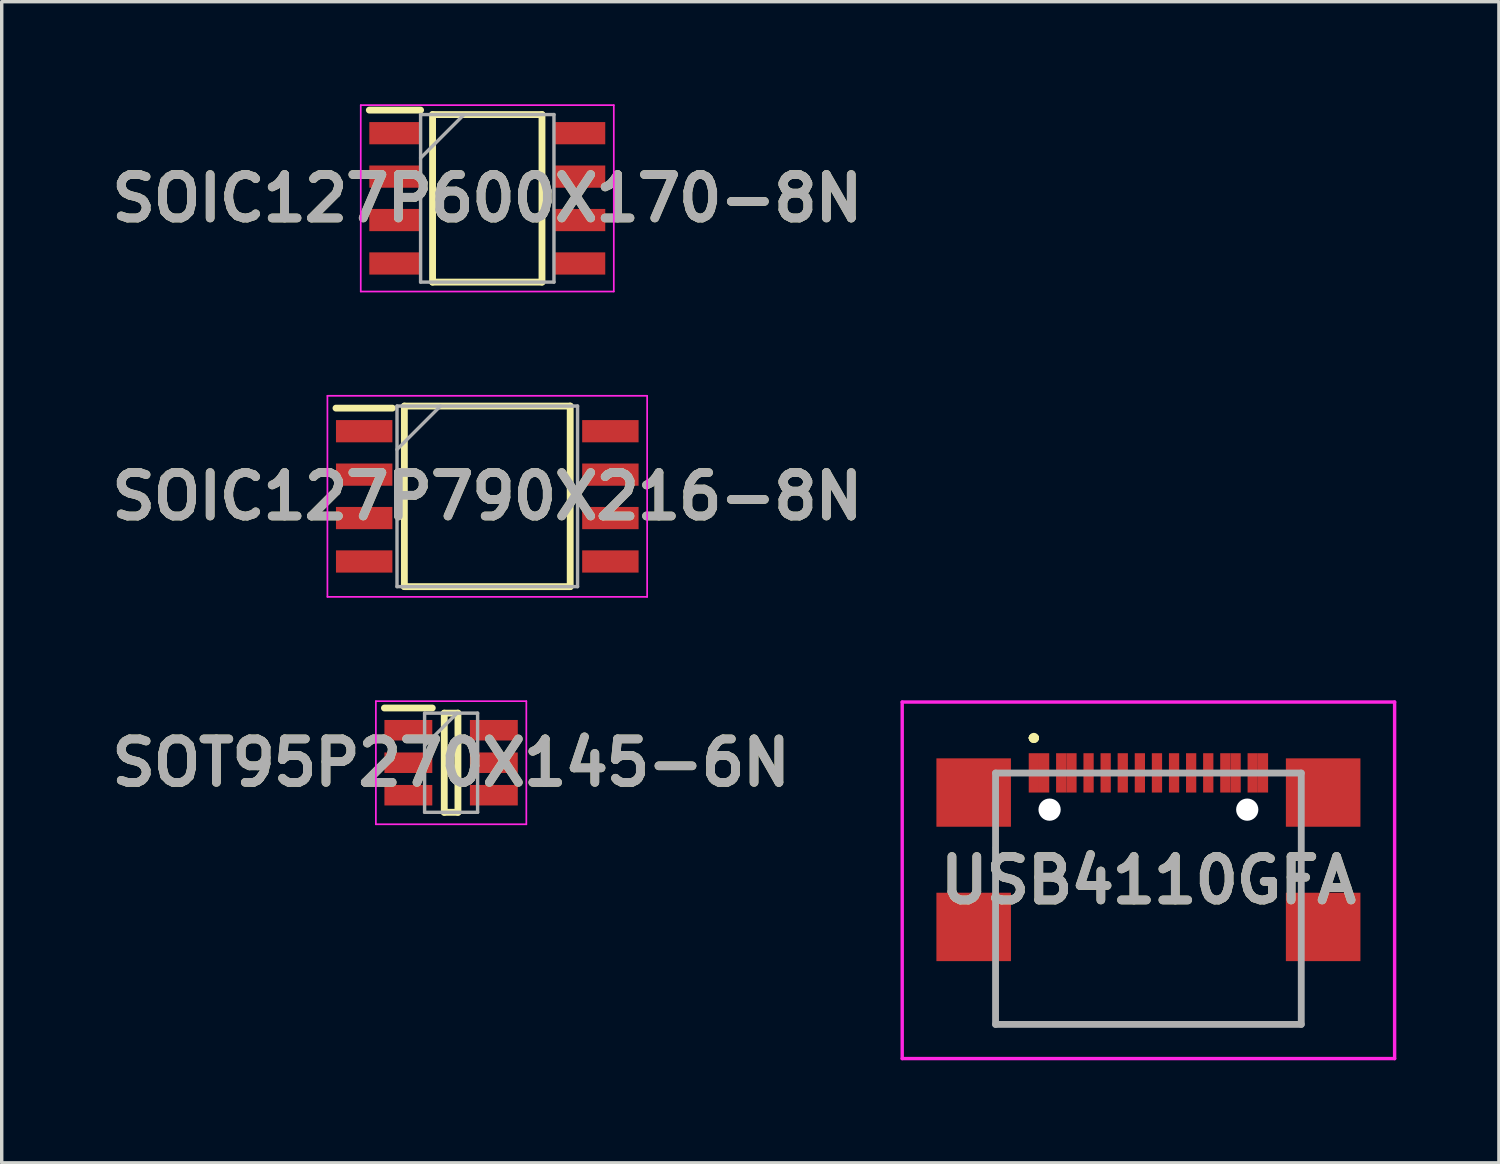
<source format=kicad_pcb>
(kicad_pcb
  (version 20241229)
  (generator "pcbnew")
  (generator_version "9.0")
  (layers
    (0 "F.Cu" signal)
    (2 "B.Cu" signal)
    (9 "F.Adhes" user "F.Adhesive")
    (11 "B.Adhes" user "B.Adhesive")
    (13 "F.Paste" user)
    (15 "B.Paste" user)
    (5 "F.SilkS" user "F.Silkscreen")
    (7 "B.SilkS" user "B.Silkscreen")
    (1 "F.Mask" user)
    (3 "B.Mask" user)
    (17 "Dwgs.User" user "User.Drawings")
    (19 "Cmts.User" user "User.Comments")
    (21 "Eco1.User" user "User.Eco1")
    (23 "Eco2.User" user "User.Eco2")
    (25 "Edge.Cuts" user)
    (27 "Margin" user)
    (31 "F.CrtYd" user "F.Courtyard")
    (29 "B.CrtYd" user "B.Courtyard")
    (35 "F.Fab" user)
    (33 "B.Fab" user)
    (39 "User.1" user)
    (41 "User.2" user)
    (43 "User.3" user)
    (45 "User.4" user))
  (footprint "SOT95P270X145-6N"
    (layer "F.Cu")
    (at 10.142 19.255)
    (property "Reference" "SOT95P270X145-6N" (at 0 0 0) (layer "F.SilkS") (effects (font (size 1.27 1.27) (thickness 0.254))))
    (attr smd)
    (fp_line (start -1.95 -1.6) (end -0.55 -1.6) (stroke (width 0.2) (type solid)) (layer "F.SilkS"))
    (fp_line (start -0.2 -1.45) (end 0.2 -1.45) (stroke (width 0.2) (type solid)) (layer "F.SilkS"))
    (fp_line (start -0.2 1.45) (end -0.2 -1.45) (stroke (width 0.2) (type solid)) (layer "F.SilkS"))
    (fp_line (start 0.2 -1.45) (end 0.2 1.45) (stroke (width 0.2) (type solid)) (layer "F.SilkS"))
    (fp_line (start 0.2 1.45) (end -0.2 1.45) (stroke (width 0.2) (type solid)) (layer "F.SilkS"))
    (fp_line (start -2.2 -1.8) (end 2.2 -1.8) (stroke (width 0.05) (type solid)) (layer "F.CrtYd"))
    (fp_line (start -2.2 1.8) (end -2.2 -1.8) (stroke (width 0.05) (type solid)) (layer "F.CrtYd"))
    (fp_line (start 2.2 -1.8) (end 2.2 1.8) (stroke (width 0.05) (type solid)) (layer "F.CrtYd"))
    (fp_line (start 2.2 1.8) (end -2.2 1.8) (stroke (width 0.05) (type solid)) (layer "F.CrtYd"))
    (fp_line (start -0.775 -1.45) (end 0.775 -1.45) (stroke (width 0.1) (type solid)) (layer "F.Fab"))
    (fp_line (start -0.775 -0.5) (end 0.175 -1.45) (stroke (width 0.1) (type solid)) (layer "F.Fab"))
    (fp_line (start -0.775 1.45) (end -0.775 -1.45) (stroke (width 0.1) (type solid)) (layer "F.Fab"))
    (fp_line (start 0.775 -1.45) (end 0.775 1.45) (stroke (width 0.1) (type solid)) (layer "F.Fab"))
    (fp_line (start 0.775 1.45) (end -0.775 1.45) (stroke (width 0.1) (type solid)) (layer "F.Fab"))
    (fp_text user "${REFERENCE}" (at 0 0 0) (layer "F.Fab") (effects (font (size 1.27 1.27) (thickness 0.254))))
    (pad "1" smd rect (at -1.25 -0.95 90) (size 0.6 1.4) (layers "F.Cu" "F.Mask" "F.Paste"))
    (pad "2" smd rect (at -1.25 0 90) (size 0.6 1.4) (layers "F.Cu" "F.Mask" "F.Paste"))
    (pad "3" smd rect (at -1.25 0.95 90) (size 0.6 1.4) (layers "F.Cu" "F.Mask" "F.Paste"))
    (pad "4" smd rect (at 1.25 0.95 90) (size 0.6 1.4) (layers "F.Cu" "F.Mask" "F.Paste"))
    (pad "5" smd rect (at 1.25 0 90) (size 0.6 1.4) (layers "F.Cu" "F.Mask" "F.Paste"))
    (pad "6" smd rect (at 1.25 -0.95 90) (size 0.6 1.4) (layers "F.Cu" "F.Mask" "F.Paste")))
  (footprint "USB4110GFA"
    (layer "F.Cu")
    (at 30.534 23.23)
    (property "Reference" "USB4110GFA" (at 0 -0.536 0) (layer "F.SilkS") (effects (font (size 1.27 1.27) (thickness 0.254))))
    (attr through_hole)
    (fp_line (start -4.5 -1.5) (end -4.5 -0.75) (stroke (width 0.1) (type solid)) (layer "F.SilkS"))
    (fp_line (start -4.5 -0.75) (end -4.47 -0.75) (stroke (width 0.1) (type solid)) (layer "F.SilkS"))
    (fp_line (start -4.47 -1.5) (end -4.5 -1.5) (stroke (width 0.1) (type solid)) (layer "F.SilkS"))
    (fp_line (start -4.47 -0.75) (end -4.47 -1.5) (stroke (width 0.1) (type solid)) (layer "F.SilkS"))
    (fp_line (start -4.47 2.5) (end -4.47 2.5) (stroke (width 0.1) (type solid)) (layer "F.SilkS"))
    (fp_line (start -4.47 2.5) (end -4.47 3.677) (stroke (width 0.1) (type solid)) (layer "F.SilkS"))
    (fp_line (start -4.47 3.677) (end -4.47 2.5) (stroke (width 0.1) (type solid)) (layer "F.SilkS"))
    (fp_line (start -4.47 3.677) (end -4.47 3.677) (stroke (width 0.1) (type solid)) (layer "F.SilkS"))
    (fp_line (start -4.47 3.677) (end -4.47 3.677) (stroke (width 0.1) (type solid)) (layer "F.SilkS"))
    (fp_line (start -4.47 3.677) (end 4.47 3.677) (stroke (width 0.1) (type solid)) (layer "F.SilkS"))
    (fp_line (start -3.4 -4.7) (end -3.4 -4.7) (stroke (width 0.2) (type solid)) (layer "F.SilkS"))
    (fp_line (start -3.4 -4.7) (end -3.4 -4.7) (stroke (width 0.2) (type solid)) (layer "F.SilkS"))
    (fp_line (start -3.3 -4.7) (end -3.3 -4.7) (stroke (width 0.2) (type solid)) (layer "F.SilkS"))
    (fp_line (start 4.47 -1.75) (end 4.47 -1.75) (stroke (width 0.1) (type solid)) (layer "F.SilkS"))
    (fp_line (start 4.47 -1.75) (end 4.47 -0.75) (stroke (width 0.1) (type solid)) (layer "F.SilkS"))
    (fp_line (start 4.47 -0.75) (end 4.47 -1.75) (stroke (width 0.1) (type solid)) (layer "F.SilkS"))
    (fp_line (start 4.47 -0.75) (end 4.47 -0.75) (stroke (width 0.1) (type solid)) (layer "F.SilkS"))
    (fp_line (start 4.47 2.25) (end 4.47 2.25) (stroke (width 0.1) (type solid)) (layer "F.SilkS"))
    (fp_line (start 4.47 2.25) (end 4.47 3.677) (stroke (width 0.1) (type solid)) (layer "F.SilkS"))
    (fp_line (start 4.47 3.677) (end -4.47 3.677) (stroke (width 0.1) (type solid)) (layer "F.SilkS"))
    (fp_line (start 4.47 3.677) (end 4.47 2.25) (stroke (width 0.1) (type solid)) (layer "F.SilkS"))
    (fp_line (start 4.47 3.677) (end 4.47 3.677) (stroke (width 0.1) (type solid)) (layer "F.SilkS"))
    (fp_line (start 4.47 3.677) (end 4.47 3.677) (stroke (width 0.1) (type solid)) (layer "F.SilkS"))
    (fp_arc (start -3.4 -4.7) (mid -3.35 -4.75) (end -3.3 -4.7) (stroke (width 0.2) (type solid)) (layer "F.SilkS"))
    (fp_arc (start -3.3 -4.7) (mid -3.35 -4.65) (end -3.4 -4.7) (stroke (width 0.2) (type solid)) (layer "F.SilkS"))
    (fp_arc (start -3.3 -4.7) (mid -3.35 -4.65) (end -3.4 -4.7) (stroke (width 0.2) (type solid)) (layer "F.SilkS"))
    (fp_line (start -7.2 -5.75) (end 7.2 -5.75) (stroke (width 0.1) (type solid)) (layer "F.CrtYd"))
    (fp_line (start -7.2 4.677) (end -7.2 -5.75) (stroke (width 0.1) (type solid)) (layer "F.CrtYd"))
    (fp_line (start 7.2 -5.75) (end 7.2 4.677) (stroke (width 0.1) (type solid)) (layer "F.CrtYd"))
    (fp_line (start 7.2 4.677) (end -7.2 4.677) (stroke (width 0.1) (type solid)) (layer "F.CrtYd"))
    (fp_line (start -4.47 -3.673) (end -4.47 3.677) (stroke (width 0.2) (type solid)) (layer "F.Fab"))
    (fp_line (start -4.47 3.677) (end 4.47 3.677) (stroke (width 0.2) (type solid)) (layer "F.Fab"))
    (fp_line (start 4.47 -3.673) (end -4.47 -3.673) (stroke (width 0.2) (type solid)) (layer "F.Fab"))
    (fp_line (start 4.47 3.677) (end 4.47 -3.673) (stroke (width 0.2) (type solid)) (layer "F.Fab"))
    (fp_text user "${REFERENCE}" (at 0 -0.536 0) (layer "F.Fab") (effects (font (size 1.27 1.27) (thickness 0.254))))
    (pad "" np_thru_hole circle (at -2.89 -2.603) (size 0.65 0.65) (drill 0.65) (layers "*.Cu" "*.Mask"))
    (pad "" np_thru_hole circle (at 2.89 -2.603) (size 0.65 0.65) (drill 0.65) (layers "*.Cu" "*.Mask"))
    (pad "A1" smd rect (at -3.35 -3.678) (size 0.3 1.15) (layers "F.Cu" "F.Mask" "F.Paste"))
    (pad "A4" smd rect (at -2.55 -3.678) (size 0.3 1.15) (layers "F.Cu" "F.Mask" "F.Paste"))
    (pad "A5" smd rect (at -1.25 -3.678) (size 0.3 1.15) (layers "F.Cu" "F.Mask" "F.Paste"))
    (pad "A6" smd rect (at -0.25 -3.678) (size 0.3 1.15) (layers "F.Cu" "F.Mask" "F.Paste"))
    (pad "A7" smd rect (at 0.25 -3.678) (size 0.3 1.15) (layers "F.Cu" "F.Mask" "F.Paste"))
    (pad "A8" smd rect (at 1.25 -3.678) (size 0.3 1.15) (layers "F.Cu" "F.Mask" "F.Paste"))
    (pad "A9" smd rect (at 2.55 -3.678) (size 0.3 1.15) (layers "F.Cu" "F.Mask" "F.Paste"))
    (pad "A12" smd rect (at 3.35 -3.678) (size 0.3 1.15) (layers "F.Cu" "F.Mask" "F.Paste"))
    (pad "B1" smd rect (at 3.05 -3.678) (size 0.3 1.15) (layers "F.Cu" "F.Mask" "F.Paste"))
    (pad "B4" smd rect (at 2.25 -3.678) (size 0.3 1.15) (layers "F.Cu" "F.Mask" "F.Paste"))
    (pad "B5" smd rect (at 1.75 -3.678) (size 0.3 1.15) (layers "F.Cu" "F.Mask" "F.Paste"))
    (pad "B6" smd rect (at 0.75 -3.678) (size 0.3 1.15) (layers "F.Cu" "F.Mask" "F.Paste"))
    (pad "B7" smd rect (at -0.75 -3.678) (size 0.3 1.15) (layers "F.Cu" "F.Mask" "F.Paste"))
    (pad "B8" smd rect (at -1.75 -3.678) (size 0.3 1.15) (layers "F.Cu" "F.Mask" "F.Paste"))
    (pad "B9" smd rect (at -2.25 -3.678) (size 0.3 1.15) (layers "F.Cu" "F.Mask" "F.Paste"))
    (pad "B12" smd rect (at -3.05 -3.678) (size 0.3 1.15) (layers "F.Cu" "F.Mask" "F.Paste"))
    (pad "MP1" smd rect (at -5.11 0.827 90) (size 2 2.18) (layers "F.Cu" "F.Mask" "F.Paste"))
    (pad "MP2" smd rect (at 5.11 0.827 90) (size 2 2.18) (layers "F.Cu" "F.Mask" "F.Paste"))
    (pad "MP3" smd rect (at -5.11 -3.103 90) (size 2 2.18) (layers "F.Cu" "F.Mask" "F.Paste"))
    (pad "MP4" smd rect (at 5.11 -3.103 90) (size 2 2.18) (layers "F.Cu" "F.Mask" "F.Paste")))
  (footprint "SOIC127P600X170-8N"
    (layer "F.Cu")
    (at 11.2 2.75)
    (property "Reference" "SOIC127P600X170-8N" (at 0 0 0) (layer "F.SilkS") (effects (font (size 1.27 1.27) (thickness 0.254))))
    (attr smd)
    (fp_line (start -3.45 -2.58) (end -1.95 -2.58) (stroke (width 0.2) (type solid)) (layer "F.SilkS"))
    (fp_line (start -1.6 -2.45) (end 1.6 -2.45) (stroke (width 0.2) (type solid)) (layer "F.SilkS"))
    (fp_line (start -1.6 2.45) (end -1.6 -2.45) (stroke (width 0.2) (type solid)) (layer "F.SilkS"))
    (fp_line (start 1.6 -2.45) (end 1.6 2.45) (stroke (width 0.2) (type solid)) (layer "F.SilkS"))
    (fp_line (start 1.6 2.45) (end -1.6 2.45) (stroke (width 0.2) (type solid)) (layer "F.SilkS"))
    (fp_line (start -3.7 -2.725) (end 3.7 -2.725) (stroke (width 0.05) (type solid)) (layer "F.CrtYd"))
    (fp_line (start -3.7 2.725) (end -3.7 -2.725) (stroke (width 0.05) (type solid)) (layer "F.CrtYd"))
    (fp_line (start 3.7 -2.725) (end 3.7 2.725) (stroke (width 0.05) (type solid)) (layer "F.CrtYd"))
    (fp_line (start 3.7 2.725) (end -3.7 2.725) (stroke (width 0.05) (type solid)) (layer "F.CrtYd"))
    (fp_line (start -1.95 -2.45) (end 1.95 -2.45) (stroke (width 0.1) (type solid)) (layer "F.Fab"))
    (fp_line (start -1.95 -1.18) (end -0.68 -2.45) (stroke (width 0.1) (type solid)) (layer "F.Fab"))
    (fp_line (start -1.95 2.45) (end -1.95 -2.45) (stroke (width 0.1) (type solid)) (layer "F.Fab"))
    (fp_line (start 1.95 -2.45) (end 1.95 2.45) (stroke (width 0.1) (type solid)) (layer "F.Fab"))
    (fp_line (start 1.95 2.45) (end -1.95 2.45) (stroke (width 0.1) (type solid)) (layer "F.Fab"))
    (fp_text user "${REFERENCE}" (at 0 0 0) (layer "F.Fab") (effects (font (size 1.27 1.27) (thickness 0.254))))
    (pad "1" smd rect (at -2.7 -1.905 90) (size 0.65 1.5) (layers "F.Cu" "F.Mask" "F.Paste"))
    (pad "2" smd rect (at -2.7 -0.635 90) (size 0.65 1.5) (layers "F.Cu" "F.Mask" "F.Paste"))
    (pad "3" smd rect (at -2.7 0.635 90) (size 0.65 1.5) (layers "F.Cu" "F.Mask" "F.Paste"))
    (pad "4" smd rect (at -2.7 1.905 90) (size 0.65 1.5) (layers "F.Cu" "F.Mask" "F.Paste"))
    (pad "5" smd rect (at 2.7 1.905 90) (size 0.65 1.5) (layers "F.Cu" "F.Mask" "F.Paste"))
    (pad "6" smd rect (at 2.7 0.635 90) (size 0.65 1.5) (layers "F.Cu" "F.Mask" "F.Paste"))
    (pad "7" smd rect (at 2.7 -0.635 90) (size 0.65 1.5) (layers "F.Cu" "F.Mask" "F.Paste"))
    (pad "8" smd rect (at 2.7 -1.905 90) (size 0.65 1.5) (layers "F.Cu" "F.Mask" "F.Paste")))
  (footprint "SOIC127P790X216-8N"
    (layer "F.Cu")
    (at 11.2 11.465)
    (property "Reference" "SOIC127P790X216-8N" (at 0 0 0) (layer "F.SilkS") (effects (font (size 1.27 1.27) (thickness 0.254))))
    (attr smd)
    (fp_line (start -4.425 -2.58) (end -2.775 -2.58) (stroke (width 0.2) (type solid)) (layer "F.SilkS"))
    (fp_line (start -2.425 -2.64) (end 2.425 -2.64) (stroke (width 0.2) (type solid)) (layer "F.SilkS"))
    (fp_line (start -2.425 2.64) (end -2.425 -2.64) (stroke (width 0.2) (type solid)) (layer "F.SilkS"))
    (fp_line (start 2.425 -2.64) (end 2.425 2.64) (stroke (width 0.2) (type solid)) (layer "F.SilkS"))
    (fp_line (start 2.425 2.64) (end -2.425 2.64) (stroke (width 0.2) (type solid)) (layer "F.SilkS"))
    (fp_line (start -4.675 -2.94) (end 4.675 -2.94) (stroke (width 0.05) (type solid)) (layer "F.CrtYd"))
    (fp_line (start -4.675 2.94) (end -4.675 -2.94) (stroke (width 0.05) (type solid)) (layer "F.CrtYd"))
    (fp_line (start 4.675 -2.94) (end 4.675 2.94) (stroke (width 0.05) (type solid)) (layer "F.CrtYd"))
    (fp_line (start 4.675 2.94) (end -4.675 2.94) (stroke (width 0.05) (type solid)) (layer "F.CrtYd"))
    (fp_line (start -2.64 -2.64) (end 2.64 -2.64) (stroke (width 0.1) (type solid)) (layer "F.Fab"))
    (fp_line (start -2.64 -1.37) (end -1.37 -2.64) (stroke (width 0.1) (type solid)) (layer "F.Fab"))
    (fp_line (start -2.64 2.64) (end -2.64 -2.64) (stroke (width 0.1) (type solid)) (layer "F.Fab"))
    (fp_line (start 2.64 -2.64) (end 2.64 2.64) (stroke (width 0.1) (type solid)) (layer "F.Fab"))
    (fp_line (start 2.64 2.64) (end -2.64 2.64) (stroke (width 0.1) (type solid)) (layer "F.Fab"))
    (fp_text user "${REFERENCE}" (at 0 0 0) (layer "F.Fab") (effects (font (size 1.27 1.27) (thickness 0.254))))
    (pad "1" smd rect (at -3.6 -1.905 90) (size 0.65 1.65) (layers "F.Cu" "F.Mask" "F.Paste"))
    (pad "2" smd rect (at -3.6 -0.635 90) (size 0.65 1.65) (layers "F.Cu" "F.Mask" "F.Paste"))
    (pad "3" smd rect (at -3.6 0.635 90) (size 0.65 1.65) (layers "F.Cu" "F.Mask" "F.Paste"))
    (pad "4" smd rect (at -3.6 1.905 90) (size 0.65 1.65) (layers "F.Cu" "F.Mask" "F.Paste"))
    (pad "5" smd rect (at 3.6 1.905 90) (size 0.65 1.65) (layers "F.Cu" "F.Mask" "F.Paste"))
    (pad "6" smd rect (at 3.6 0.635 90) (size 0.65 1.65) (layers "F.Cu" "F.Mask" "F.Paste"))
    (pad "7" smd rect (at 3.6 -0.635 90) (size 0.65 1.65) (layers "F.Cu" "F.Mask" "F.Paste"))
    (pad "8" smd rect (at 3.6 -1.905 90) (size 0.65 1.65) (layers "F.Cu" "F.Mask" "F.Paste")))
  (gr_rect
    (start -3 -3)
    (end 40.784 30.957)
    (stroke (width 0.1) (type default))
    (fill no)
    (layer "Edge.Cuts")))
</source>
